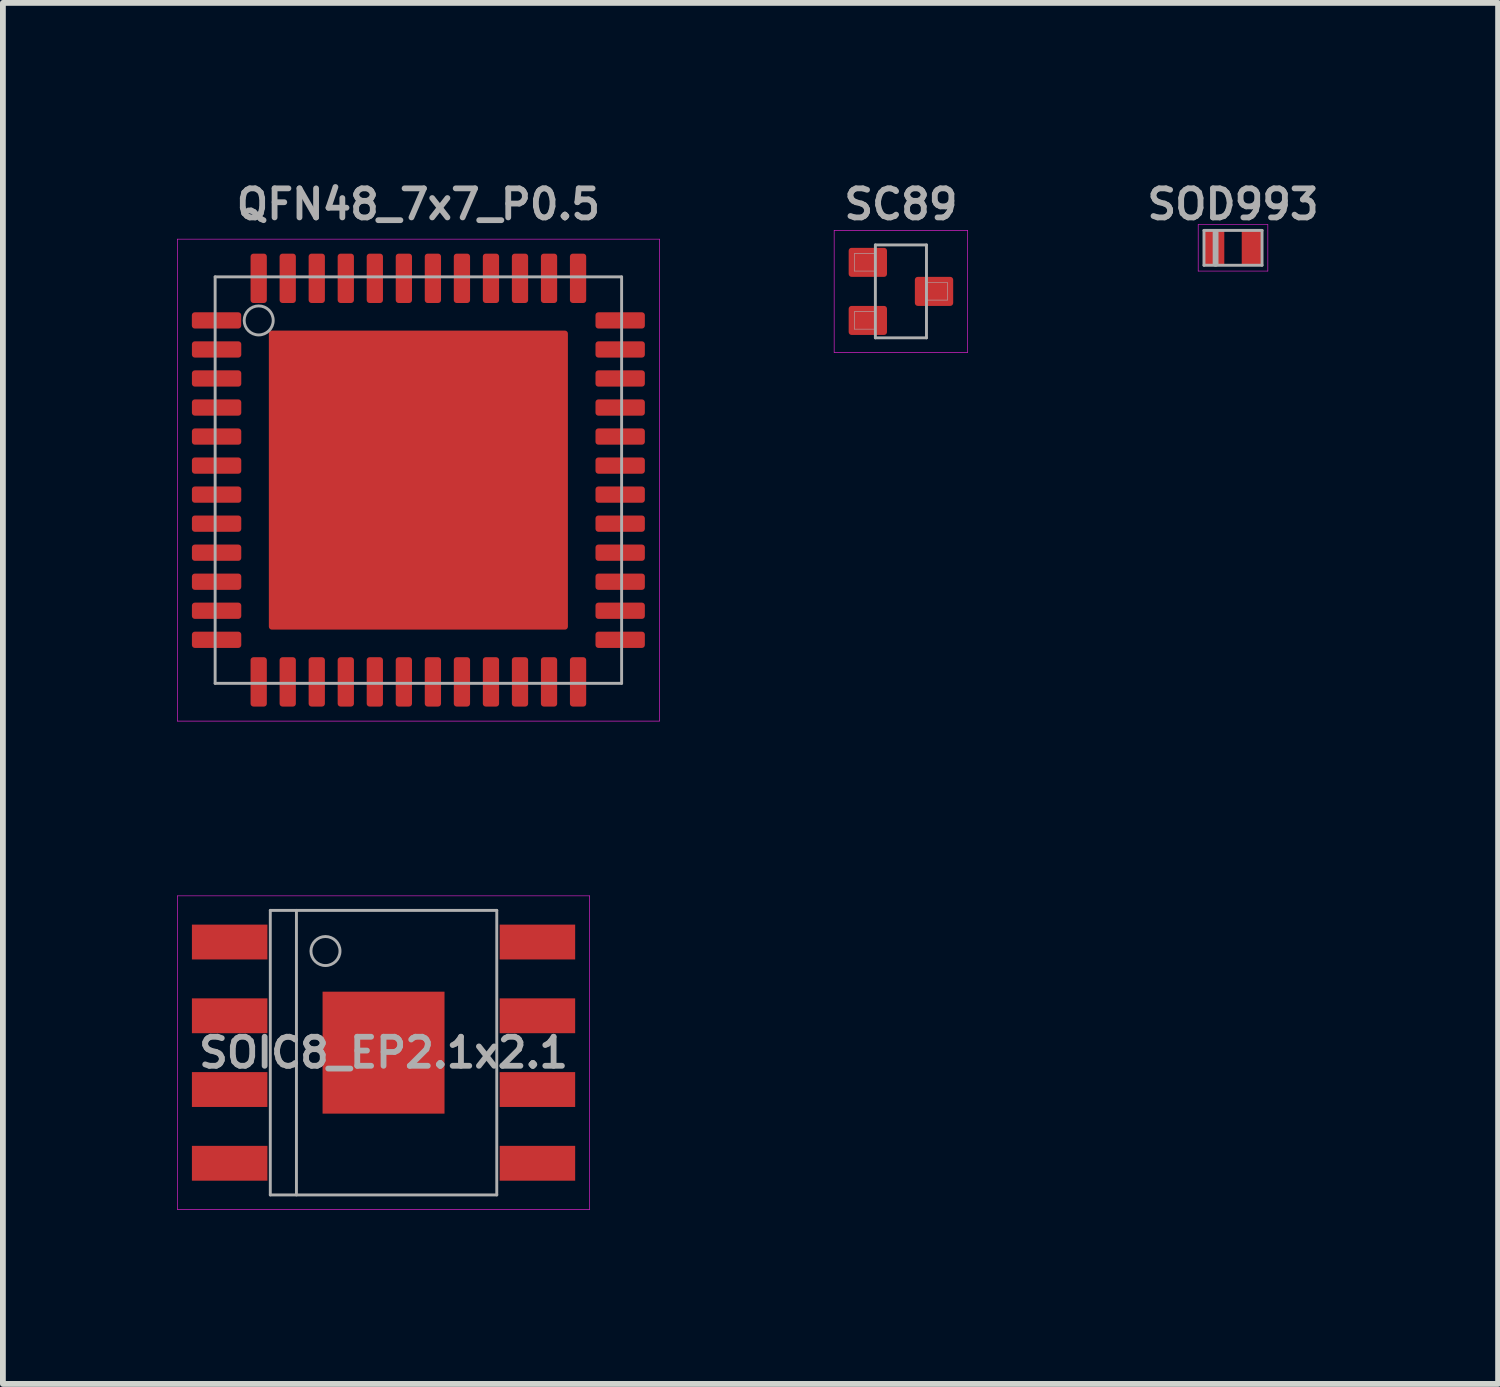
<source format=kicad_pcb>
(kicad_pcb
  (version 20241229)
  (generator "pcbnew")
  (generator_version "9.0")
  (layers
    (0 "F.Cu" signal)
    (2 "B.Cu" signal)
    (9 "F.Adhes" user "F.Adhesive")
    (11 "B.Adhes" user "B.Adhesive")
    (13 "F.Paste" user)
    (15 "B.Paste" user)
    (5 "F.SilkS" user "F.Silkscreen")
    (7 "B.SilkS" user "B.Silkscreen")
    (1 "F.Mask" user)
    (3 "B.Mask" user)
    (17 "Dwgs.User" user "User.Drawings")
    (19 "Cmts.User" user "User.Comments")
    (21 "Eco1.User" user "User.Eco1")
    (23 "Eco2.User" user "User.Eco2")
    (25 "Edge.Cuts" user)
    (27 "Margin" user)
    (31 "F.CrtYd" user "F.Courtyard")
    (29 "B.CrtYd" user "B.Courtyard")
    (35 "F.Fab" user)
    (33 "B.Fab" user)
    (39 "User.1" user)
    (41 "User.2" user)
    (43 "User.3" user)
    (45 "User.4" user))
  (footprint "SC89"
    (layer "F.Cu")
    (at 12.465 1.968)
    (property "Reference" "SC89" (at 0 -1.5 0) (layer "F.Fab") (effects (font (size 0.5 0.5) (thickness 0.1))))
    (attr smd)
    (fp_line (start -1.15 -1.05) (end 1.15 -1.05) (stroke (width 0.01) (type solid)) (layer "F.CrtYd"))
    (fp_line (start -1.15 1.05) (end -1.15 -1.05) (stroke (width 0.01) (type solid)) (layer "F.CrtYd"))
    (fp_line (start 1.15 -1.05) (end 1.15 1.05) (stroke (width 0.01) (type solid)) (layer "F.CrtYd"))
    (fp_line (start 1.15 1.05) (end -1.15 1.05) (stroke (width 0.01) (type solid)) (layer "F.CrtYd"))
    (fp_line (start -0.8 -0.65) (end -0.44 -0.65) (stroke (width 0.01) (type solid)) (layer "F.Fab"))
    (fp_line (start -0.8 -0.35) (end -0.8 -0.65) (stroke (width 0.01) (type solid)) (layer "F.Fab"))
    (fp_line (start -0.8 0.35) (end -0.44 0.35) (stroke (width 0.01) (type solid)) (layer "F.Fab"))
    (fp_line (start -0.8 0.65) (end -0.8 0.35) (stroke (width 0.01) (type solid)) (layer "F.Fab"))
    (fp_line (start -0.44 -0.8) (end -0.44 0.8) (stroke (width 0.05) (type solid)) (layer "F.Fab"))
    (fp_line (start -0.44 -0.35) (end -0.8 -0.35) (stroke (width 0.01) (type solid)) (layer "F.Fab"))
    (fp_line (start -0.44 0.65) (end -0.8 0.65) (stroke (width 0.01) (type solid)) (layer "F.Fab"))
    (fp_line (start 0.44 -0.8) (end -0.44 -0.8) (stroke (width 0.05) (type solid)) (layer "F.Fab"))
    (fp_line (start 0.44 -0.8) (end 0.44 0.8) (stroke (width 0.05) (type solid)) (layer "F.Fab"))
    (fp_line (start 0.44 -0.15) (end 0.8 -0.15) (stroke (width 0.01) (type solid)) (layer "F.Fab"))
    (fp_line (start 0.44 0.8) (end -0.44 0.8) (stroke (width 0.05) (type solid)) (layer "F.Fab"))
    (fp_line (start 0.8 -0.15) (end 0.8 0.15) (stroke (width 0.01) (type solid)) (layer "F.Fab"))
    (fp_line (start 0.8 0.15) (end 0.44 0.15) (stroke (width 0.01) (type solid)) (layer "F.Fab"))
    (pad "1" smd roundrect (at -0.57 -0.5) (size 0.66 0.5) (layers "F.Cu" "F.Mask" "F.Paste") (roundrect_rratio 0.1))
    (pad "2" smd roundrect (at -0.57 0.5) (size 0.66 0.5) (layers "F.Cu" "F.Mask" "F.Paste") (roundrect_rratio 0.1))
    (pad "3" smd roundrect (at 0.57 0) (size 0.66 0.5) (layers "F.Cu" "F.Mask" "F.Paste") (roundrect_rratio 0.1)))
  (footprint "SOIC8_EP2.1x2.1"
    (layer "F.Cu")
    (at 3.555 15.078)
    (property "Reference" "SOIC8_EP2.1x2.1" (at 0 0 0) (layer "F.Fab") (effects (font (size 0.5 0.5) (thickness 0.1))))
    (attr through_hole)
    (fp_line (start -3.55 -2.7) (end 3.55 -2.7) (stroke (width 0.01) (type solid)) (layer "F.CrtYd"))
    (fp_line (start -3.55 2.7) (end -3.55 -2.7) (stroke (width 0.01) (type solid)) (layer "F.CrtYd"))
    (fp_line (start 3.55 -2.7) (end 3.55 2.7) (stroke (width 0.01) (type solid)) (layer "F.CrtYd"))
    (fp_line (start 3.55 2.7) (end -3.55 2.7) (stroke (width 0.01) (type solid)) (layer "F.CrtYd"))
    (fp_line (start -1.95 -2.45) (end 1.95 -2.45) (stroke (width 0.05) (type solid)) (layer "F.Fab"))
    (fp_line (start -1.95 2.45) (end -1.95 -2.45) (stroke (width 0.05) (type solid)) (layer "F.Fab"))
    (fp_line (start -1.5 -2.45) (end -1.5 2.45) (stroke (width 0.05) (type solid)) (layer "F.Fab"))
    (fp_line (start 1.95 -2.45) (end 1.95 2.45) (stroke (width 0.05) (type solid)) (layer "F.Fab"))
    (fp_line (start 1.95 2.45) (end -1.95 2.45) (stroke (width 0.05) (type solid)) (layer "F.Fab"))
    (fp_circle (center -1 -1.75) (end -0.75 -1.75) (stroke (width 0.05) (type solid)) (fill no) (layer "F.Fab"))
    (pad "" smd rect (at -0.55 -0.55) (size 0.8 0.8) (layers "F.Paste"))
    (pad "" smd rect (at -0.55 0.55) (size 0.8 0.8) (layers "F.Paste"))
    (pad "" smd rect (at 0.55 -0.55) (size 0.8 0.8) (layers "F.Paste"))
    (pad "" smd rect (at 0.55 0.55) (size 0.8 0.8) (layers "F.Paste"))
    (pad "1" smd rect (at -2.65 -1.905) (size 1.3 0.6) (layers "F.Cu" "F.Mask" "F.Paste"))
    (pad "2" smd rect (at -2.65 -0.635) (size 1.3 0.6) (layers "F.Cu" "F.Mask" "F.Paste"))
    (pad "3" smd rect (at -2.65 0.635) (size 1.3 0.6) (layers "F.Cu" "F.Mask" "F.Paste"))
    (pad "4" smd rect (at -2.65 1.905) (size 1.3 0.6) (layers "F.Cu" "F.Mask" "F.Paste"))
    (pad "5" smd rect (at 2.65 1.905) (size 1.3 0.6) (layers "F.Cu" "F.Mask" "F.Paste"))
    (pad "6" smd rect (at 2.65 0.635) (size 1.3 0.6) (layers "F.Cu" "F.Mask" "F.Paste"))
    (pad "7" smd rect (at 2.65 -0.635) (size 1.3 0.6) (layers "F.Cu" "F.Mask" "F.Paste"))
    (pad "8" smd rect (at 2.65 -1.905) (size 1.3 0.6) (layers "F.Cu" "F.Mask" "F.Paste"))
    (pad "9" smd rect (at 0 0) (size 2.1 2.1) (layers "F.Cu" "F.Mask")))
  (footprint "QFN48_7x7_P0.5"
    (layer "F.Cu")
    (at 4.155 5.218)
    (property "Reference" "QFN48_7x7_P0.5" (at 0 -4.75 0) (layer "F.Fab") (effects (font (size 0.5 0.5) (thickness 0.1))))
    (attr smd)
    (fp_line (start -4.15 -4.15) (end -4.15 4.15) (stroke (width 0.01) (type solid)) (layer "F.CrtYd"))
    (fp_line (start -4.15 -4.15) (end 4.15 -4.15) (stroke (width 0.01) (type solid)) (layer "F.CrtYd"))
    (fp_line (start -4.15 4.15) (end 4.15 4.15) (stroke (width 0.01) (type solid)) (layer "F.CrtYd"))
    (fp_line (start 4.15 -4.15) (end 4.15 4.15) (stroke (width 0.01) (type solid)) (layer "F.CrtYd"))
    (fp_line (start -3.5 -3.5) (end 3.5 -3.5) (stroke (width 0.05) (type solid)) (layer "F.Fab"))
    (fp_line (start -3.5 3.5) (end -3.5 -3.5) (stroke (width 0.05) (type solid)) (layer "F.Fab"))
    (fp_line (start 3.5 -3.5) (end 3.5 3.5) (stroke (width 0.05) (type solid)) (layer "F.Fab"))
    (fp_line (start 3.5 3.5) (end -3.5 3.5) (stroke (width 0.05) (type solid)) (layer "F.Fab"))
    (fp_circle (center -2.75 -2.75) (end -2.5 -2.75) (stroke (width 0.05) (type solid)) (fill no) (layer "F.Fab"))
    (pad "" smd roundrect (at -1.75 -1.75 90) (size 1.45 1.45) (layers "F.Paste") (roundrect_rratio 0.034))
    (pad "" smd roundrect (at -1.75 0 90) (size 1.45 1.45) (layers "F.Paste") (roundrect_rratio 0.034))
    (pad "" smd roundrect (at -1.75 1.75 90) (size 1.45 1.45) (layers "F.Paste") (roundrect_rratio 0.034))
    (pad "" smd roundrect (at 0 -1.75 90) (size 1.45 1.45) (layers "F.Paste") (roundrect_rratio 0.034))
    (pad "" smd roundrect (at 0 0 90) (size 1.45 1.45) (layers "F.Paste") (roundrect_rratio 0.034))
    (pad "" smd roundrect (at 0 1.75 90) (size 1.45 1.45) (layers "F.Paste") (roundrect_rratio 0.034))
    (pad "" smd roundrect (at 1.75 -1.75 90) (size 1.45 1.45) (layers "F.Paste") (roundrect_rratio 0.034))
    (pad "" smd roundrect (at 1.75 0 90) (size 1.45 1.45) (layers "F.Paste") (roundrect_rratio 0.034))
    (pad "" smd roundrect (at 1.75 1.75 90) (size 1.45 1.45) (layers "F.Paste") (roundrect_rratio 0.034))
    (pad "1" smd roundrect (at -3.476 -2.75) (size 0.85 0.28) (layers "F.Cu" "F.Mask" "F.Paste") (roundrect_rratio 0.179))
    (pad "2" smd roundrect (at -3.475 -2.25) (size 0.85 0.28) (layers "F.Cu" "F.Mask" "F.Paste") (roundrect_rratio 0.179))
    (pad "3" smd roundrect (at -3.475 -1.75) (size 0.85 0.28) (layers "F.Cu" "F.Mask" "F.Paste") (roundrect_rratio 0.179))
    (pad "4" smd roundrect (at -3.475 -1.25) (size 0.85 0.28) (layers "F.Cu" "F.Mask" "F.Paste") (roundrect_rratio 0.179))
    (pad "5" smd roundrect (at -3.475 -0.75) (size 0.85 0.28) (layers "F.Cu" "F.Mask" "F.Paste") (roundrect_rratio 0.179))
    (pad "6" smd roundrect (at -3.475 -0.25) (size 0.85 0.28) (layers "F.Cu" "F.Mask" "F.Paste") (roundrect_rratio 0.179))
    (pad "7" smd roundrect (at -3.475 0.25) (size 0.85 0.28) (layers "F.Cu" "F.Mask" "F.Paste") (roundrect_rratio 0.179))
    (pad "8" smd roundrect (at -3.475 0.75) (size 0.85 0.28) (layers "F.Cu" "F.Mask" "F.Paste") (roundrect_rratio 0.179))
    (pad "9" smd roundrect (at -3.475 1.25) (size 0.85 0.28) (layers "F.Cu" "F.Mask" "F.Paste") (roundrect_rratio 0.179))
    (pad "10" smd roundrect (at -3.475 1.75) (size 0.85 0.28) (layers "F.Cu" "F.Mask" "F.Paste") (roundrect_rratio 0.179))
    (pad "11" smd roundrect (at -3.475 2.25) (size 0.85 0.28) (layers "F.Cu" "F.Mask" "F.Paste") (roundrect_rratio 0.179))
    (pad "12" smd roundrect (at -3.475 2.75) (size 0.85 0.28) (layers "F.Cu" "F.Mask" "F.Paste") (roundrect_rratio 0.179))
    (pad "13" smd roundrect (at -2.75 3.475 90) (size 0.85 0.28) (layers "F.Cu" "F.Mask" "F.Paste") (roundrect_rratio 0.179))
    (pad "14" smd roundrect (at -2.25 3.475 90) (size 0.85 0.28) (layers "F.Cu" "F.Mask" "F.Paste") (roundrect_rratio 0.179))
    (pad "15" smd roundrect (at -1.75 3.475 90) (size 0.85 0.28) (layers "F.Cu" "F.Mask" "F.Paste") (roundrect_rratio 0.179))
    (pad "16" smd roundrect (at -1.25 3.475 90) (size 0.85 0.28) (layers "F.Cu" "F.Mask" "F.Paste") (roundrect_rratio 0.179))
    (pad "17" smd roundrect (at -0.75 3.475 90) (size 0.85 0.28) (layers "F.Cu" "F.Mask" "F.Paste") (roundrect_rratio 0.179))
    (pad "18" smd roundrect (at -0.25 3.475 90) (size 0.85 0.28) (layers "F.Cu" "F.Mask" "F.Paste") (roundrect_rratio 0.179))
    (pad "19" smd roundrect (at 0.25 3.475 90) (size 0.85 0.28) (layers "F.Cu" "F.Mask" "F.Paste") (roundrect_rratio 0.179))
    (pad "20" smd roundrect (at 0.75 3.475 90) (size 0.85 0.28) (layers "F.Cu" "F.Mask" "F.Paste") (roundrect_rratio 0.179))
    (pad "21" smd roundrect (at 1.25 3.475 90) (size 0.85 0.28) (layers "F.Cu" "F.Mask" "F.Paste") (roundrect_rratio 0.179))
    (pad "22" smd roundrect (at 1.75 3.475 90) (size 0.85 0.28) (layers "F.Cu" "F.Mask" "F.Paste") (roundrect_rratio 0.179))
    (pad "23" smd roundrect (at 2.25 3.475 90) (size 0.85 0.28) (layers "F.Cu" "F.Mask" "F.Paste") (roundrect_rratio 0.179))
    (pad "24" smd roundrect (at 2.75 3.475 90) (size 0.85 0.28) (layers "F.Cu" "F.Mask" "F.Paste") (roundrect_rratio 0.179))
    (pad "25" smd roundrect (at 3.475 2.75) (size 0.85 0.28) (layers "F.Cu" "F.Mask" "F.Paste") (roundrect_rratio 0.179))
    (pad "26" smd roundrect (at 3.475 2.25) (size 0.85 0.28) (layers "F.Cu" "F.Mask" "F.Paste") (roundrect_rratio 0.179))
    (pad "27" smd roundrect (at 3.475 1.75) (size 0.85 0.28) (layers "F.Cu" "F.Mask" "F.Paste") (roundrect_rratio 0.179))
    (pad "28" smd roundrect (at 3.475 1.25) (size 0.85 0.28) (layers "F.Cu" "F.Mask" "F.Paste") (roundrect_rratio 0.179))
    (pad "29" smd roundrect (at 3.475 0.75) (size 0.85 0.28) (layers "F.Cu" "F.Mask" "F.Paste") (roundrect_rratio 0.179))
    (pad "30" smd roundrect (at 3.475 0.25) (size 0.85 0.28) (layers "F.Cu" "F.Mask" "F.Paste") (roundrect_rratio 0.179))
    (pad "31" smd roundrect (at 3.475 -0.25) (size 0.85 0.28) (layers "F.Cu" "F.Mask" "F.Paste") (roundrect_rratio 0.179))
    (pad "32" smd roundrect (at 3.475 -0.75) (size 0.85 0.28) (layers "F.Cu" "F.Mask" "F.Paste") (roundrect_rratio 0.179))
    (pad "33" smd roundrect (at 3.475 -1.25) (size 0.85 0.28) (layers "F.Cu" "F.Mask" "F.Paste") (roundrect_rratio 0.179))
    (pad "34" smd roundrect (at 3.475 -1.75) (size 0.85 0.28) (layers "F.Cu" "F.Mask" "F.Paste") (roundrect_rratio 0.179))
    (pad "35" smd roundrect (at 3.475 -2.25) (size 0.85 0.28) (layers "F.Cu" "F.Mask" "F.Paste") (roundrect_rratio 0.179))
    (pad "36" smd roundrect (at 3.475 -2.75) (size 0.85 0.28) (layers "F.Cu" "F.Mask" "F.Paste") (roundrect_rratio 0.179))
    (pad "37" smd roundrect (at 2.75 -3.475 90) (size 0.85 0.28) (layers "F.Cu" "F.Mask" "F.Paste") (roundrect_rratio 0.179))
    (pad "38" smd roundrect (at 2.25 -3.475 90) (size 0.85 0.28) (layers "F.Cu" "F.Mask" "F.Paste") (roundrect_rratio 0.179))
    (pad "39" smd roundrect (at 1.75 -3.475 90) (size 0.85 0.28) (layers "F.Cu" "F.Mask" "F.Paste") (roundrect_rratio 0.179))
    (pad "40" smd roundrect (at 1.25 -3.475 90) (size 0.85 0.28) (layers "F.Cu" "F.Mask" "F.Paste") (roundrect_rratio 0.179))
    (pad "41" smd roundrect (at 0.75 -3.475 90) (size 0.85 0.28) (layers "F.Cu" "F.Mask" "F.Paste") (roundrect_rratio 0.179))
    (pad "42" smd roundrect (at 0.25 -3.475 90) (size 0.85 0.28) (layers "F.Cu" "F.Mask" "F.Paste") (roundrect_rratio 0.179))
    (pad "43" smd roundrect (at -0.25 -3.475 90) (size 0.85 0.28) (layers "F.Cu" "F.Mask" "F.Paste") (roundrect_rratio 0.179))
    (pad "44" smd roundrect (at -0.75 -3.475 90) (size 0.85 0.28) (layers "F.Cu" "F.Mask" "F.Paste") (roundrect_rratio 0.179))
    (pad "45" smd roundrect (at -1.25 -3.475 90) (size 0.85 0.28) (layers "F.Cu" "F.Mask" "F.Paste") (roundrect_rratio 0.179))
    (pad "46" smd roundrect (at -1.75 -3.475 90) (size 0.85 0.28) (layers "F.Cu" "F.Mask" "F.Paste") (roundrect_rratio 0.179))
    (pad "47" smd roundrect (at -2.25 -3.475 90) (size 0.85 0.28) (layers "F.Cu" "F.Mask" "F.Paste") (roundrect_rratio 0.179))
    (pad "48" smd roundrect (at -2.75 -3.475 90) (size 0.85 0.28) (layers "F.Cu" "F.Mask" "F.Paste") (roundrect_rratio 0.179))
    (pad "49" smd roundrect (at 0 0) (size 5.15 5.15) (layers "F.Cu" "F.Mask") (roundrect_rratio 0.01)))
  (footprint "SOD993"
    (layer "F.Cu")
    (at 18.184 1.218)
    (property "Reference" "SOD993" (at 0 -0.75 0) (layer "F.Fab") (effects (font (size 0.5 0.5) (thickness 0.1))))
    (attr through_hole)
    (fp_line (start -0.6 -0.4) (end 0.6 -0.4) (stroke (width 0.01) (type solid)) (layer "F.CrtYd"))
    (fp_line (start -0.6 0.4) (end -0.6 -0.4) (stroke (width 0.01) (type solid)) (layer "F.CrtYd"))
    (fp_line (start 0.6 -0.4) (end 0.6 0.4) (stroke (width 0.01) (type solid)) (layer "F.CrtYd"))
    (fp_line (start 0.6 0.4) (end -0.6 0.4) (stroke (width 0.01) (type solid)) (layer "F.CrtYd"))
    (fp_line (start -0.5 -0.3) (end 0.5 -0.3) (stroke (width 0.05) (type solid)) (layer "F.Fab"))
    (fp_line (start -0.5 0.3) (end -0.5 -0.3) (stroke (width 0.05) (type solid)) (layer "F.Fab"))
    (fp_line (start -0.3 -0.275) (end -0.3 0.275) (stroke (width 0.1) (type solid)) (layer "F.Fab"))
    (fp_line (start 0.5 -0.3) (end 0.5 0.3) (stroke (width 0.05) (type solid)) (layer "F.Fab"))
    (fp_line (start 0.5 0.3) (end -0.5 0.3) (stroke (width 0.05) (type solid)) (layer "F.Fab"))
    (pad "1" smd rect (at -0.325 0) (size 0.35 0.6) (layers "F.Cu" "F.Mask" "F.Paste"))
    (pad "2" smd rect (at 0.325 0) (size 0.35 0.6) (layers "F.Cu" "F.Mask" "F.Paste")))
  (gr_rect
    (start -3 -3)
    (end 22.749 20.783)
    (stroke (width 0.1) (type default))
    (fill no)
    (layer "Edge.Cuts")))
</source>
